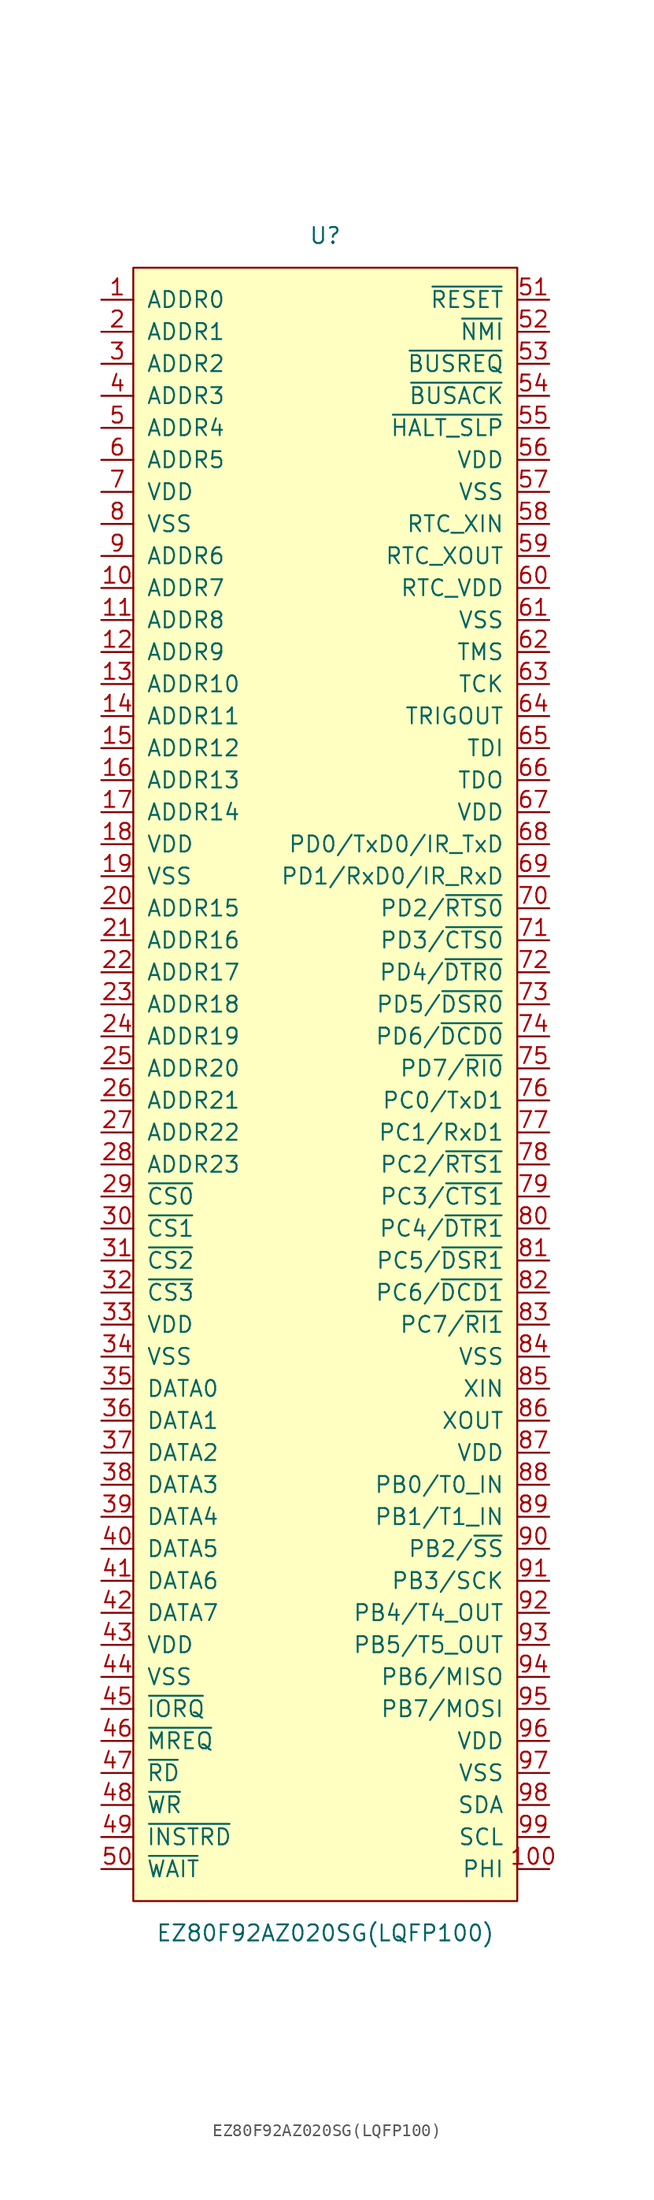
<source format=kicad_sym>
(kicad_symbol_lib
  (version 20241209)
  (generator "kicad_symbol_editor")
  (generator_version "9.0")
  (symbol "EZ80F92AZ020SG(LQFP100)"
    (pin_names
      (offset 1.016))
    (property "Reference" "U"
      (at 0 66.04 0)
      (effects (font (size 1.27 1.27))))
    (property "Value" "EZ80F92AZ020SG(LQFP100)"
      (at 0 -68.58 0)
      (effects (font (size 1.27 1.27))))
    (symbol "EZ80F92AZ020SG(LQFP100)_0_1"
      (rectangle (start -15.24 63.5) (end 15.24 -66.04) (stroke (width 0) (type solid)) (fill (type background))))
    (symbol "EZ80F92AZ020SG(LQFP100)_1_1"
      (pin bidirectional line (at -17.78 60.96 0) (length 2.54) (name "ADDR0" (effects (font (size 1.27 1.27)))) (number "1" (effects (font (size 1.27 1.27)))))
      (pin bidirectional line (at -17.78 58.42 0) (length 2.54) (name "ADDR1" (effects (font (size 1.27 1.27)))) (number "2" (effects (font (size 1.27 1.27)))))
      (pin bidirectional line (at -17.78 55.88 0) (length 2.54) (name "ADDR2" (effects (font (size 1.27 1.27)))) (number "3" (effects (font (size 1.27 1.27)))))
      (pin bidirectional line (at -17.78 53.34 0) (length 2.54) (name "ADDR3" (effects (font (size 1.27 1.27)))) (number "4" (effects (font (size 1.27 1.27)))))
      (pin bidirectional line (at -17.78 50.8 0) (length 2.54) (name "ADDR4" (effects (font (size 1.27 1.27)))) (number "5" (effects (font (size 1.27 1.27)))))
      (pin bidirectional line (at -17.78 48.26 0) (length 2.54) (name "ADDR5" (effects (font (size 1.27 1.27)))) (number "6" (effects (font (size 1.27 1.27)))))
      (pin power_in line (at -17.78 45.72 0) (length 2.54) (name "VDD" (effects (font (size 1.27 1.27)))) (number "7" (effects (font (size 1.27 1.27)))))
      (pin power_in line (at -17.78 43.18 0) (length 2.54) (name "VSS" (effects (font (size 1.27 1.27)))) (number "8" (effects (font (size 1.27 1.27)))))
      (pin bidirectional line (at -17.78 40.64 0) (length 2.54) (name "ADDR6" (effects (font (size 1.27 1.27)))) (number "9" (effects (font (size 1.27 1.27)))))
      (pin bidirectional line (at -17.78 38.1 0) (length 2.54) (name "ADDR7" (effects (font (size 1.27 1.27)))) (number "10" (effects (font (size 1.27 1.27)))))
      (pin bidirectional line (at -17.78 35.56 0) (length 2.54) (name "ADDR8" (effects (font (size 1.27 1.27)))) (number "11" (effects (font (size 1.27 1.27)))))
      (pin bidirectional line (at -17.78 33.02 0) (length 2.54) (name "ADDR9" (effects (font (size 1.27 1.27)))) (number "12" (effects (font (size 1.27 1.27)))))
      (pin bidirectional line (at -17.78 30.48 0) (length 2.54) (name "ADDR10" (effects (font (size 1.27 1.27)))) (number "13" (effects (font (size 1.27 1.27)))))
      (pin bidirectional line (at -17.78 27.94 0) (length 2.54) (name "ADDR11" (effects (font (size 1.27 1.27)))) (number "14" (effects (font (size 1.27 1.27)))))
      (pin bidirectional line (at -17.78 25.4 0) (length 2.54) (name "ADDR12" (effects (font (size 1.27 1.27)))) (number "15" (effects (font (size 1.27 1.27)))))
      (pin bidirectional line (at -17.78 22.86 0) (length 2.54) (name "ADDR13" (effects (font (size 1.27 1.27)))) (number "16" (effects (font (size 1.27 1.27)))))
      (pin bidirectional line (at -17.78 20.32 0) (length 2.54) (name "ADDR14" (effects (font (size 1.27 1.27)))) (number "17" (effects (font (size 1.27 1.27)))))
      (pin power_in line (at -17.78 17.78 0) (length 2.54) (name "VDD" (effects (font (size 1.27 1.27)))) (number "18" (effects (font (size 1.27 1.27)))))
      (pin power_in line (at -17.78 15.24 0) (length 2.54) (name "VSS" (effects (font (size 1.27 1.27)))) (number "19" (effects (font (size 1.27 1.27)))))
      (pin bidirectional line (at -17.78 12.7 0) (length 2.54) (name "ADDR15" (effects (font (size 1.27 1.27)))) (number "20" (effects (font (size 1.27 1.27)))))
      (pin bidirectional line (at -17.78 10.16 0) (length 2.54) (name "ADDR16" (effects (font (size 1.27 1.27)))) (number "21" (effects (font (size 1.27 1.27)))))
      (pin bidirectional line (at -17.78 7.62 0) (length 2.54) (name "ADDR17" (effects (font (size 1.27 1.27)))) (number "22" (effects (font (size 1.27 1.27)))))
      (pin bidirectional line (at -17.78 5.08 0) (length 2.54) (name "ADDR18" (effects (font (size 1.27 1.27)))) (number "23" (effects (font (size 1.27 1.27)))))
      (pin bidirectional line (at -17.78 2.54 0) (length 2.54) (name "ADDR19" (effects (font (size 1.27 1.27)))) (number "24" (effects (font (size 1.27 1.27)))))
      (pin bidirectional line (at -17.78 0 0) (length 2.54) (name "ADDR20" (effects (font (size 1.27 1.27)))) (number "25" (effects (font (size 1.27 1.27)))))
      (pin bidirectional line (at -17.78 -2.54 0) (length 2.54) (name "ADDR21" (effects (font (size 1.27 1.27)))) (number "26" (effects (font (size 1.27 1.27)))))
      (pin bidirectional line (at -17.78 -5.08 0) (length 2.54) (name "ADDR22" (effects (font (size 1.27 1.27)))) (number "27" (effects (font (size 1.27 1.27)))))
      (pin bidirectional line (at -17.78 -7.62 0) (length 2.54) (name "ADDR23" (effects (font (size 1.27 1.27)))) (number "28" (effects (font (size 1.27 1.27)))))
      (pin output line (at -17.78 -10.16 0) (length 2.54) (name "~{CS0}" (effects (font (size 1.27 1.27)))) (number "29" (effects (font (size 1.27 1.27)))))
      (pin output line (at -17.78 -12.7 0) (length 2.54) (name "~{CS1}" (effects (font (size 1.27 1.27)))) (number "30" (effects (font (size 1.27 1.27)))))
      (pin output line (at -17.78 -15.24 0) (length 2.54) (name "~{CS2}" (effects (font (size 1.27 1.27)))) (number "31" (effects (font (size 1.27 1.27)))))
      (pin output line (at -17.78 -17.78 0) (length 2.54) (name "~{CS3}" (effects (font (size 1.27 1.27)))) (number "32" (effects (font (size 1.27 1.27)))))
      (pin power_in line (at -17.78 -20.32 0) (length 2.54) (name "VDD" (effects (font (size 1.27 1.27)))) (number "33" (effects (font (size 1.27 1.27)))))
      (pin power_in line (at -17.78 -22.86 0) (length 2.54) (name "VSS" (effects (font (size 1.27 1.27)))) (number "34" (effects (font (size 1.27 1.27)))))
      (pin bidirectional line (at -17.78 -25.4 0) (length 2.54) (name "DATA0" (effects (font (size 1.27 1.27)))) (number "35" (effects (font (size 1.27 1.27)))))
      (pin bidirectional line (at -17.78 -27.94 0) (length 2.54) (name "DATA1" (effects (font (size 1.27 1.27)))) (number "36" (effects (font (size 1.27 1.27)))))
      (pin bidirectional line (at -17.78 -30.48 0) (length 2.54) (name "DATA2" (effects (font (size 1.27 1.27)))) (number "37" (effects (font (size 1.27 1.27)))))
      (pin bidirectional line (at -17.78 -33.02 0) (length 2.54) (name "DATA3" (effects (font (size 1.27 1.27)))) (number "38" (effects (font (size 1.27 1.27)))))
      (pin bidirectional line (at -17.78 -35.56 0) (length 2.54) (name "DATA4" (effects (font (size 1.27 1.27)))) (number "39" (effects (font (size 1.27 1.27)))))
      (pin bidirectional line (at -17.78 -38.1 0) (length 2.54) (name "DATA5" (effects (font (size 1.27 1.27)))) (number "40" (effects (font (size 1.27 1.27)))))
      (pin bidirectional line (at -17.78 -40.64 0) (length 2.54) (name "DATA6" (effects (font (size 1.27 1.27)))) (number "41" (effects (font (size 1.27 1.27)))))
      (pin bidirectional line (at -17.78 -43.18 0) (length 2.54) (name "DATA7" (effects (font (size 1.27 1.27)))) (number "42" (effects (font (size 1.27 1.27)))))
      (pin power_in line (at -17.78 -45.72 0) (length 2.54) (name "VDD" (effects (font (size 1.27 1.27)))) (number "43" (effects (font (size 1.27 1.27)))))
      (pin power_in line (at -17.78 -48.26 0) (length 2.54) (name "VSS" (effects (font (size 1.27 1.27)))) (number "44" (effects (font (size 1.27 1.27)))))
      (pin bidirectional line (at -17.78 -50.8 0) (length 2.54) (name "~{IORQ}" (effects (font (size 1.27 1.27)))) (number "45" (effects (font (size 1.27 1.27)))))
      (pin bidirectional line (at -17.78 -53.34 0) (length 2.54) (name "~{MREQ}" (effects (font (size 1.27 1.27)))) (number "46" (effects (font (size 1.27 1.27)))))
      (pin output line (at -17.78 -55.88 0) (length 2.54) (name "~{RD}" (effects (font (size 1.27 1.27)))) (number "47" (effects (font (size 1.27 1.27)))))
      (pin output line (at -17.78 -58.42 0) (length 2.54) (name "~{WR}" (effects (font (size 1.27 1.27)))) (number "48" (effects (font (size 1.27 1.27)))))
      (pin output line (at -17.78 -60.96 0) (length 2.54) (name "~{INSTRD}" (effects (font (size 1.27 1.27)))) (number "49" (effects (font (size 1.27 1.27)))))
      (pin output line (at -17.78 -63.5 0) (length 2.54) (name "~{WAIT}" (effects (font (size 1.27 1.27)))) (number "50" (effects (font (size 1.27 1.27)))))
      (pin input line (at 17.78 60.96 180) (length 2.54) (name "~{RESET}" (effects (font (size 1.27 1.27)))) (number "51" (effects (font (size 1.27 1.27)))))
      (pin input line (at 17.78 58.42 180) (length 2.54) (name "~{NMI}" (effects (font (size 1.27 1.27)))) (number "52" (effects (font (size 1.27 1.27)))))
      (pin input line (at 17.78 55.88 180) (length 2.54) (name "~{BUSREQ}" (effects (font (size 1.27 1.27)))) (number "53" (effects (font (size 1.27 1.27)))))
      (pin output line (at 17.78 53.34 180) (length 2.54) (name "~{BUSACK}" (effects (font (size 1.27 1.27)))) (number "54" (effects (font (size 1.27 1.27)))))
      (pin output line (at 17.78 50.8 180) (length 2.54) (name "~{HALT_SLP}" (effects (font (size 1.27 1.27)))) (number "55" (effects (font (size 1.27 1.27)))))
      (pin power_in line (at 17.78 48.26 180) (length 2.54) (name "VDD" (effects (font (size 1.27 1.27)))) (number "56" (effects (font (size 1.27 1.27)))))
      (pin power_in line (at 17.78 45.72 180) (length 2.54) (name "VSS" (effects (font (size 1.27 1.27)))) (number "57" (effects (font (size 1.27 1.27)))))
      (pin input line (at 17.78 43.18 180) (length 2.54) (name "RTC_XIN" (effects (font (size 1.27 1.27)))) (number "58" (effects (font (size 1.27 1.27)))))
      (pin bidirectional line (at 17.78 40.64 180) (length 2.54) (name "RTC_XOUT" (effects (font (size 1.27 1.27)))) (number "59" (effects (font (size 1.27 1.27)))))
      (pin power_in line (at 17.78 38.1 180) (length 2.54) (name "RTC_VDD" (effects (font (size 1.27 1.27)))) (number "60" (effects (font (size 1.27 1.27)))))
      (pin power_in line (at 17.78 35.56 180) (length 2.54) (name "VSS" (effects (font (size 1.27 1.27)))) (number "61" (effects (font (size 1.27 1.27)))))
      (pin input line (at 17.78 33.02 180) (length 2.54) (name "TMS" (effects (font (size 1.27 1.27)))) (number "62" (effects (font (size 1.27 1.27)))))
      (pin input line (at 17.78 30.48 180) (length 2.54) (name "TCK" (effects (font (size 1.27 1.27)))) (number "63" (effects (font (size 1.27 1.27)))))
      (pin output line (at 17.78 27.94 180) (length 2.54) (name "TRIGOUT" (effects (font (size 1.27 1.27)))) (number "64" (effects (font (size 1.27 1.27)))))
      (pin bidirectional line (at 17.78 25.4 180) (length 2.54) (name "TDI" (effects (font (size 1.27 1.27)))) (number "65" (effects (font (size 1.27 1.27)))))
      (pin output line (at 17.78 22.86 180) (length 2.54) (name "TDO" (effects (font (size 1.27 1.27)))) (number "66" (effects (font (size 1.27 1.27)))))
      (pin power_in line (at 17.78 20.32 180) (length 2.54) (name "VDD" (effects (font (size 1.27 1.27)))) (number "67" (effects (font (size 1.27 1.27)))))
      (pin bidirectional line (at 17.78 17.78 180) (length 2.54) (name "PD0/TxD0/IR_TxD" (effects (font (size 1.27 1.27)))) (number "68" (effects (font (size 1.27 1.27)))))
      (pin bidirectional line (at 17.78 15.24 180) (length 2.54) (name "PD1/RxD0/IR_RxD" (effects (font (size 1.27 1.27)))) (number "69" (effects (font (size 1.27 1.27)))))
      (pin bidirectional line (at 17.78 12.7 180) (length 2.54) (name "PD2/~{RTS0}" (effects (font (size 1.27 1.27)))) (number "70" (effects (font (size 1.27 1.27)))))
      (pin bidirectional line (at 17.78 10.16 180) (length 2.54) (name "PD3/~{CTS0}" (effects (font (size 1.27 1.27)))) (number "71" (effects (font (size 1.27 1.27)))))
      (pin bidirectional line (at 17.78 7.62 180) (length 2.54) (name "PD4/~{DTR0}" (effects (font (size 1.27 1.27)))) (number "72" (effects (font (size 1.27 1.27)))))
      (pin bidirectional line (at 17.78 5.08 180) (length 2.54) (name "PD5/~{DSR0}" (effects (font (size 1.27 1.27)))) (number "73" (effects (font (size 1.27 1.27)))))
      (pin bidirectional line (at 17.78 2.54 180) (length 2.54) (name "PD6/~{DCD0}" (effects (font (size 1.27 1.27)))) (number "74" (effects (font (size 1.27 1.27)))))
      (pin bidirectional line (at 17.78 0 180) (length 2.54) (name "PD7/~{RI0}" (effects (font (size 1.27 1.27)))) (number "75" (effects (font (size 1.27 1.27)))))
      (pin bidirectional line (at 17.78 -2.54 180) (length 2.54) (name "PC0/TxD1" (effects (font (size 1.27 1.27)))) (number "76" (effects (font (size 1.27 1.27)))))
      (pin bidirectional line (at 17.78 -5.08 180) (length 2.54) (name "PC1/RxD1" (effects (font (size 1.27 1.27)))) (number "77" (effects (font (size 1.27 1.27)))))
      (pin bidirectional line (at 17.78 -7.62 180) (length 2.54) (name "PC2/~{RTS1}" (effects (font (size 1.27 1.27)))) (number "78" (effects (font (size 1.27 1.27)))))
      (pin bidirectional line (at 17.78 -10.16 180) (length 2.54) (name "PC3/~{CTS1}" (effects (font (size 1.27 1.27)))) (number "79" (effects (font (size 1.27 1.27)))))
      (pin bidirectional line (at 17.78 -12.7 180) (length 2.54) (name "PC4/~{DTR1}" (effects (font (size 1.27 1.27)))) (number "80" (effects (font (size 1.27 1.27)))))
      (pin bidirectional line (at 17.78 -15.24 180) (length 2.54) (name "PC5/~{DSR1}" (effects (font (size 1.27 1.27)))) (number "81" (effects (font (size 1.27 1.27)))))
      (pin bidirectional line (at 17.78 -17.78 180) (length 2.54) (name "PC6/~{DCD1}" (effects (font (size 1.27 1.27)))) (number "82" (effects (font (size 1.27 1.27)))))
      (pin bidirectional line (at 17.78 -20.32 180) (length 2.54) (name "PC7/~{RI1}" (effects (font (size 1.27 1.27)))) (number "83" (effects (font (size 1.27 1.27)))))
      (pin power_in line (at 17.78 -22.86 180) (length 2.54) (name "VSS" (effects (font (size 1.27 1.27)))) (number "84" (effects (font (size 1.27 1.27)))))
      (pin input line (at 17.78 -25.4 180) (length 2.54) (name "XIN" (effects (font (size 1.27 1.27)))) (number "85" (effects (font (size 1.27 1.27)))))
      (pin output line (at 17.78 -27.94 180) (length 2.54) (name "XOUT" (effects (font (size 1.27 1.27)))) (number "86" (effects (font (size 1.27 1.27)))))
      (pin power_in line (at 17.78 -30.48 180) (length 2.54) (name "VDD" (effects (font (size 1.27 1.27)))) (number "87" (effects (font (size 1.27 1.27)))))
      (pin bidirectional line (at 17.78 -33.02 180) (length 2.54) (name "PB0/T0_IN" (effects (font (size 1.27 1.27)))) (number "88" (effects (font (size 1.27 1.27)))))
      (pin bidirectional line (at 17.78 -35.56 180) (length 2.54) (name "PB1/T1_IN" (effects (font (size 1.27 1.27)))) (number "89" (effects (font (size 1.27 1.27)))))
      (pin bidirectional line (at 17.78 -38.1 180) (length 2.54) (name "PB2/~{SS}" (effects (font (size 1.27 1.27)))) (number "90" (effects (font (size 1.27 1.27)))))
      (pin bidirectional line (at 17.78 -40.64 180) (length 2.54) (name "PB3/SCK" (effects (font (size 1.27 1.27)))) (number "91" (effects (font (size 1.27 1.27)))))
      (pin bidirectional line (at 17.78 -43.18 180) (length 2.54) (name "PB4/T4_OUT" (effects (font (size 1.27 1.27)))) (number "92" (effects (font (size 1.27 1.27)))))
      (pin bidirectional line (at 17.78 -45.72 180) (length 2.54) (name "PB5/T5_OUT" (effects (font (size 1.27 1.27)))) (number "93" (effects (font (size 1.27 1.27)))))
      (pin bidirectional line (at 17.78 -48.26 180) (length 2.54) (name "PB6/MISO" (effects (font (size 1.27 1.27)))) (number "94" (effects (font (size 1.27 1.27)))))
      (pin bidirectional line (at 17.78 -50.8 180) (length 2.54) (name "PB7/MOSI" (effects (font (size 1.27 1.27)))) (number "95" (effects (font (size 1.27 1.27)))))
      (pin power_in line (at 17.78 -53.34 180) (length 2.54) (name "VDD" (effects (font (size 1.27 1.27)))) (number "96" (effects (font (size 1.27 1.27)))))
      (pin power_in line (at 17.78 -55.88 180) (length 2.54) (name "VSS" (effects (font (size 1.27 1.27)))) (number "97" (effects (font (size 1.27 1.27)))))
      (pin bidirectional line (at 17.78 -58.42 180) (length 2.54) (name "SDA" (effects (font (size 1.27 1.27)))) (number "98" (effects (font (size 1.27 1.27)))))
      (pin bidirectional line (at 17.78 -60.96 180) (length 2.54) (name "SCL" (effects (font (size 1.27 1.27)))) (number "99" (effects (font (size 1.27 1.27)))))
      (pin output line (at 17.78 -63.5 180) (length 2.54) (name "PHI" (effects (font (size 1.27 1.27)))) (number "100" (effects (font (size 1.27 1.27))))))))
</source>
